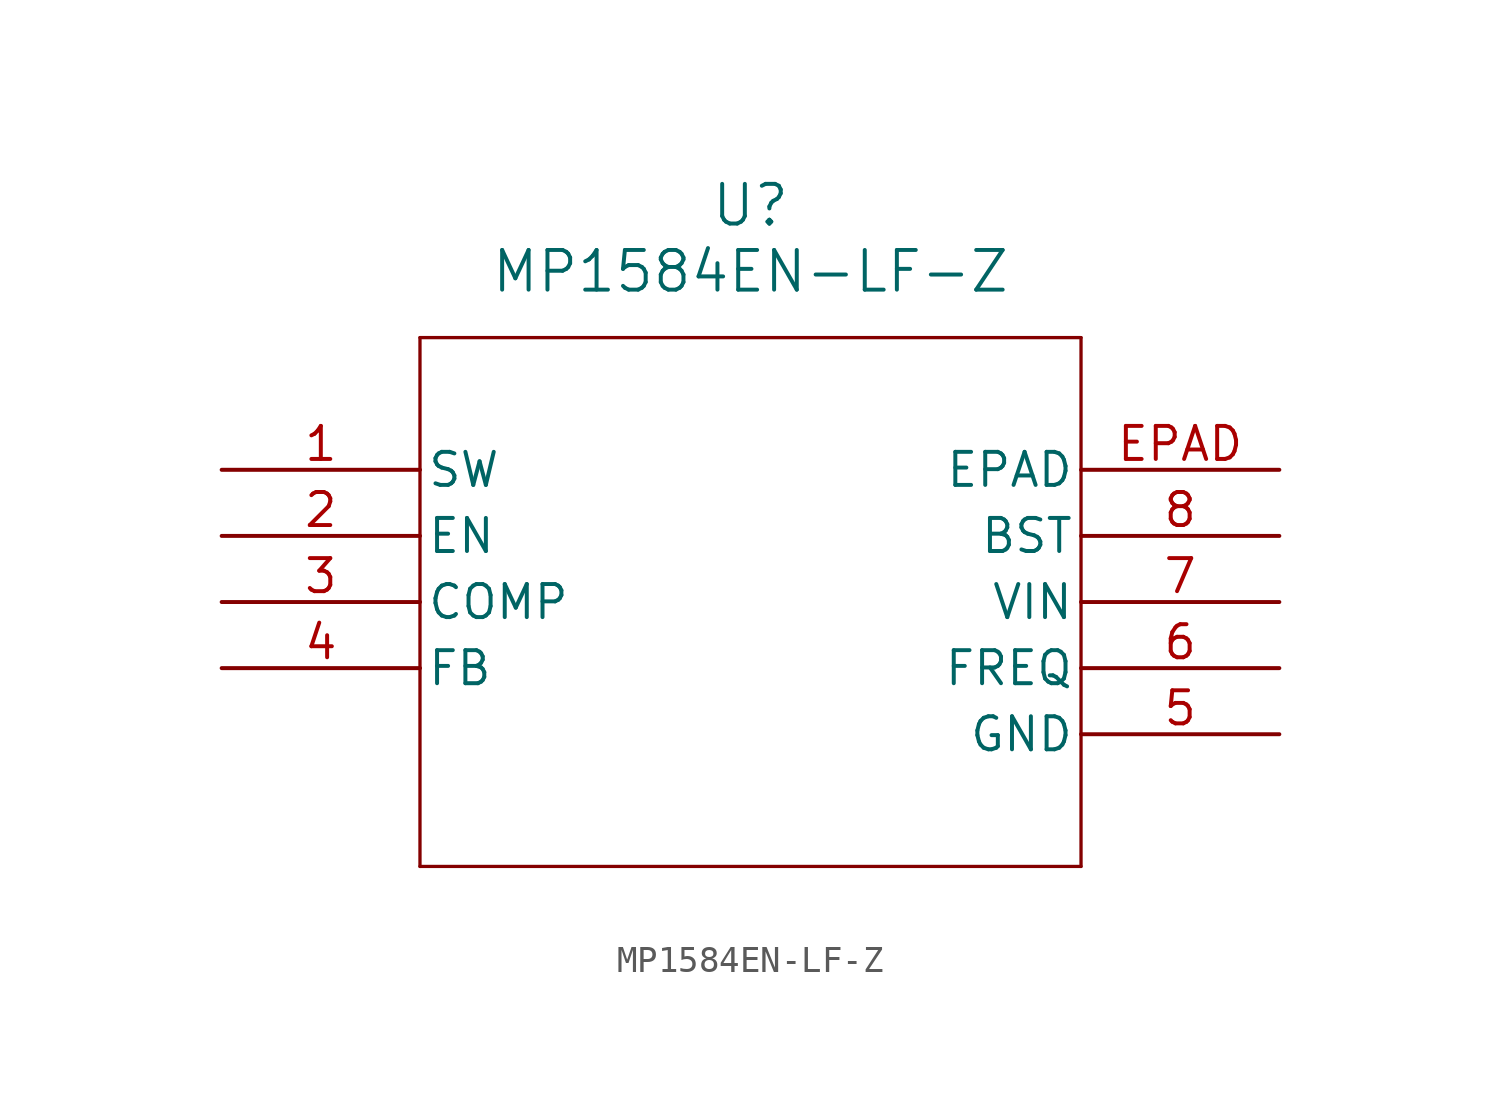
<source format=kicad_sym>
(kicad_symbol_lib
  (version 20211014)
  (generator kicad_symbol_editor)
  (symbol "MP1584EN-LF-Z"
    (pin_names
      (offset 0.254))
    (property "Reference" "U"
      (at 20.32 10.16 0)
      (effects (font (size 1.524 1.524))))
    (property "Value" "MP1584EN-LF-Z"
      (at 20.32 7.62 0)
      (effects (font (size 1.524 1.524))))
    (symbol "MP1584EN-LF-Z_0_1"
      (polyline (pts (xy 7.62 5.08) (xy 7.62 -15.24)) (stroke (width 0.127) (type default) (color 0 0 0 0)) (fill (type none)))
      (polyline (pts (xy 7.62 -15.24) (xy 33.02 -15.24)) (stroke (width 0.127) (type default) (color 0 0 0 0)) (fill (type none)))
      (polyline (pts (xy 33.02 -15.24) (xy 33.02 5.08)) (stroke (width 0.127) (type default) (color 0 0 0 0)) (fill (type none)))
      (polyline (pts (xy 33.02 5.08) (xy 7.62 5.08)) (stroke (width 0.127) (type default) (color 0 0 0 0)) (fill (type none)))
      (pin output line (at 0 0 0) (length 7.62) (name "SW" (effects (font (size 1.27 1.27)))) (number "1" (effects (font (size 1.27 1.27)))))
      (pin input line (at 0 -2.54 0) (length 7.62) (name "EN" (effects (font (size 1.27 1.27)))) (number "2" (effects (font (size 1.27 1.27)))))
      (pin output line (at 0 -5.08 0) (length 7.62) (name "COMP" (effects (font (size 1.27 1.27)))) (number "3" (effects (font (size 1.27 1.27)))))
      (pin input line (at 0 -7.62 0) (length 7.62) (name "FB" (effects (font (size 1.27 1.27)))) (number "4" (effects (font (size 1.27 1.27)))))
      (pin power_out line (at 40.64 -10.16 180) (length 7.62) (name "GND" (effects (font (size 1.27 1.27)))) (number "5" (effects (font (size 1.27 1.27)))))
      (pin input line (at 40.64 -7.62 180) (length 7.62) (name "FREQ" (effects (font (size 1.27 1.27)))) (number "6" (effects (font (size 1.27 1.27)))))
      (pin power_in line (at 40.64 -5.08 180) (length 7.62) (name "VIN" (effects (font (size 1.27 1.27)))) (number "7" (effects (font (size 1.27 1.27)))))
      (pin unspecified line (at 40.64 -2.54 180) (length 7.62) (name "BST" (effects (font (size 1.27 1.27)))) (number "8" (effects (font (size 1.27 1.27)))))
      (pin power_out line (at 40.64 0 180) (length 7.62) (name "EPAD" (effects (font (size 1.27 1.27)))) (number "EPAD" (effects (font (size 1.27 1.27))))))))
</source>
